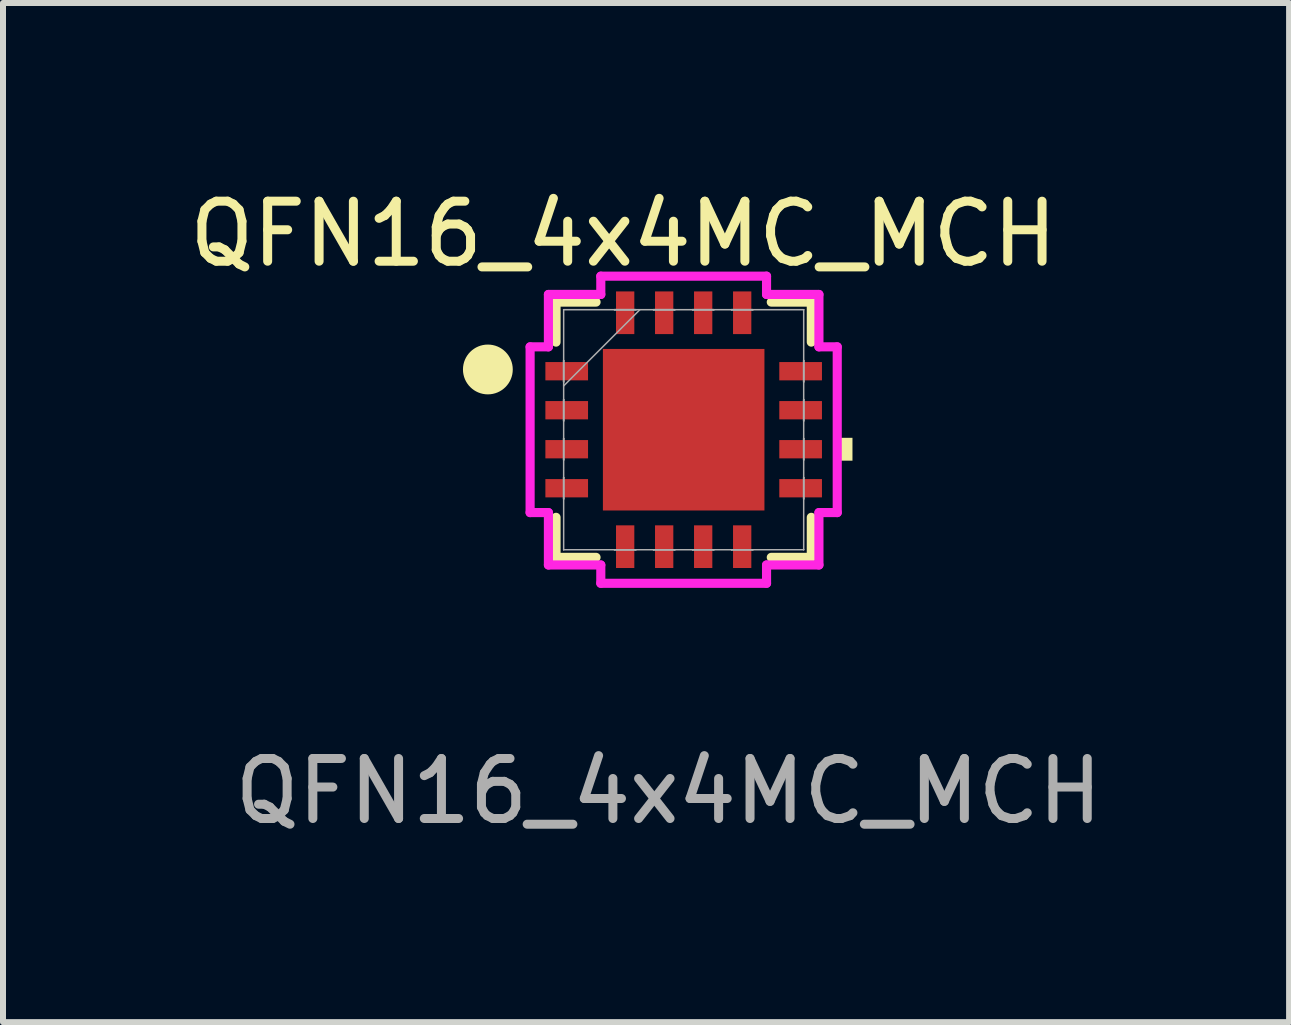
<source format=kicad_pcb>
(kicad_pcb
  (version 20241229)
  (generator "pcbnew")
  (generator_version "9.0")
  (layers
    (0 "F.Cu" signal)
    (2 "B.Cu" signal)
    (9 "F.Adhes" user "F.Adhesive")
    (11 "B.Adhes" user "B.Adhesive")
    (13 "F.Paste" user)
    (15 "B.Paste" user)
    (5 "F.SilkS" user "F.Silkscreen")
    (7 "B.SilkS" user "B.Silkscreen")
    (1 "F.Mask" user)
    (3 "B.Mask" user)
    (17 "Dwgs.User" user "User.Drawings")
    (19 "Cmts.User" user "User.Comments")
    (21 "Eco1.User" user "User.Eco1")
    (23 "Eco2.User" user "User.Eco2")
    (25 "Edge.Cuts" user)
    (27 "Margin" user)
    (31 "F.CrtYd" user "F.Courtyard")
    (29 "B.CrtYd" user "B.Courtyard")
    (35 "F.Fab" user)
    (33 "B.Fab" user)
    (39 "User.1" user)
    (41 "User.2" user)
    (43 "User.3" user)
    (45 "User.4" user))
  (footprint "QFN16_4x4MC_MCH"
    (layer "F.Cu")
    (at 8.343 4.111)
    (property "Reference" "QFN16_4x4MC_MCH" (at -1.004 -3.263 0) (unlocked yes) (layer "F.SilkS") (effects (font (size 1 1) (thickness 0.15))))
    (attr smd)
    (fp_line (start -2.127 -2.127) (end -2.127 -1.46) (stroke (width 0.152) (type solid)) (layer "F.SilkS"))
    (fp_line (start -2.127 1.46) (end -2.127 2.127) (stroke (width 0.152) (type solid)) (layer "F.SilkS"))
    (fp_line (start -2.127 2.127) (end -1.46 2.127) (stroke (width 0.152) (type solid)) (layer "F.SilkS"))
    (fp_line (start -1.46 -2.127) (end -2.127 -2.127) (stroke (width 0.152) (type solid)) (layer "F.SilkS"))
    (fp_line (start 1.46 2.127) (end 2.127 2.127) (stroke (width 0.152) (type solid)) (layer "F.SilkS"))
    (fp_line (start 2.127 -2.127) (end 1.46 -2.127) (stroke (width 0.152) (type solid)) (layer "F.SilkS"))
    (fp_line (start 2.127 -1.46) (end 2.127 -2.127) (stroke (width 0.152) (type solid)) (layer "F.SilkS"))
    (fp_line (start 2.127 2.127) (end 2.127 1.46) (stroke (width 0.152) (type solid)) (layer "F.SilkS"))
    (fp_circle (center -3.263 -1.004) (end -2.908 -1.004) (stroke (width 0.12) (type solid)) (fill yes) (layer "F.SilkS"))
    (fp_poly (pts (xy 2.813 0.135) (xy 2.813 0.516) (xy 2.559 0.516) (xy 2.559 0.135)) (stroke (width 0) (type solid)) (fill yes) (layer "F.SilkS"))
    (fp_poly (pts (xy -1.246 -1.246) (xy -1.246 -0.1) (xy -0.1 -0.1) (xy -0.1 -1.246)) (stroke (width 0) (type solid)) (fill yes) (layer "F.Paste"))
    (fp_poly (pts (xy -1.246 0.1) (xy -1.246 1.246) (xy -0.1 1.246) (xy -0.1 0.1)) (stroke (width 0) (type solid)) (fill yes) (layer "F.Paste"))
    (fp_poly (pts (xy 0.1 -1.246) (xy 0.1 -0.1) (xy 1.246 -0.1) (xy 1.246 -1.246)) (stroke (width 0) (type solid)) (fill yes) (layer "F.Paste"))
    (fp_poly (pts (xy 0.1 0.1) (xy 0.1 1.246) (xy 1.246 1.246) (xy 1.246 0.1)) (stroke (width 0) (type solid)) (fill yes) (layer "F.Paste"))
    (fp_line (start -2.559 -1.381) (end -2.254 -1.381) (stroke (width 0.152) (type solid)) (layer "F.CrtYd"))
    (fp_line (start -2.559 1.381) (end -2.559 -1.381) (stroke (width 0.152) (type solid)) (layer "F.CrtYd"))
    (fp_line (start -2.254 -2.254) (end -1.381 -2.254) (stroke (width 0.152) (type solid)) (layer "F.CrtYd"))
    (fp_line (start -2.254 -1.381) (end -2.254 -2.254) (stroke (width 0.152) (type solid)) (layer "F.CrtYd"))
    (fp_line (start -2.254 1.381) (end -2.559 1.381) (stroke (width 0.152) (type solid)) (layer "F.CrtYd"))
    (fp_line (start -2.254 2.254) (end -2.254 1.381) (stroke (width 0.152) (type solid)) (layer "F.CrtYd"))
    (fp_line (start -1.381 -2.559) (end 1.381 -2.559) (stroke (width 0.152) (type solid)) (layer "F.CrtYd"))
    (fp_line (start -1.381 -2.254) (end -1.381 -2.559) (stroke (width 0.152) (type solid)) (layer "F.CrtYd"))
    (fp_line (start -1.381 2.254) (end -2.254 2.254) (stroke (width 0.152) (type solid)) (layer "F.CrtYd"))
    (fp_line (start -1.381 2.559) (end -1.381 2.254) (stroke (width 0.152) (type solid)) (layer "F.CrtYd"))
    (fp_line (start 1.381 -2.559) (end 1.381 -2.254) (stroke (width 0.152) (type solid)) (layer "F.CrtYd"))
    (fp_line (start 1.381 -2.254) (end 2.254 -2.254) (stroke (width 0.152) (type solid)) (layer "F.CrtYd"))
    (fp_line (start 1.381 2.254) (end 1.381 2.559) (stroke (width 0.152) (type solid)) (layer "F.CrtYd"))
    (fp_line (start 1.381 2.559) (end -1.381 2.559) (stroke (width 0.152) (type solid)) (layer "F.CrtYd"))
    (fp_line (start 2.254 -2.254) (end 2.254 -1.381) (stroke (width 0.152) (type solid)) (layer "F.CrtYd"))
    (fp_line (start 2.254 -1.381) (end 2.559 -1.381) (stroke (width 0.152) (type solid)) (layer "F.CrtYd"))
    (fp_line (start 2.254 1.381) (end 2.254 2.254) (stroke (width 0.152) (type solid)) (layer "F.CrtYd"))
    (fp_line (start 2.254 2.254) (end 1.381 2.254) (stroke (width 0.152) (type solid)) (layer "F.CrtYd"))
    (fp_line (start 2.559 -1.381) (end 2.559 1.381) (stroke (width 0.152) (type solid)) (layer "F.CrtYd"))
    (fp_line (start 2.559 1.381) (end 2.254 1.381) (stroke (width 0.152) (type solid)) (layer "F.CrtYd"))
    (fp_line (start -2 -2) (end -2 -2) (stroke (width 0.025) (type solid)) (layer "F.Fab"))
    (fp_line (start -2 -2) (end -2 2) (stroke (width 0.025) (type solid)) (layer "F.Fab"))
    (fp_line (start -2 -1.153) (end -2 -1.153) (stroke (width 0.025) (type solid)) (layer "F.Fab"))
    (fp_line (start -2 -1.153) (end -2 -0.797) (stroke (width 0.025) (type solid)) (layer "F.Fab"))
    (fp_line (start -2 -0.797) (end -2 -1.153) (stroke (width 0.025) (type solid)) (layer "F.Fab"))
    (fp_line (start -2 -0.797) (end -2 -0.797) (stroke (width 0.025) (type solid)) (layer "F.Fab"))
    (fp_line (start -2 -0.73) (end -0.73 -2) (stroke (width 0.025) (type solid)) (layer "F.Fab"))
    (fp_line (start -2 -0.503) (end -2 -0.503) (stroke (width 0.025) (type solid)) (layer "F.Fab"))
    (fp_line (start -2 -0.503) (end -2 -0.147) (stroke (width 0.025) (type solid)) (layer "F.Fab"))
    (fp_line (start -2 -0.147) (end -2 -0.503) (stroke (width 0.025) (type solid)) (layer "F.Fab"))
    (fp_line (start -2 -0.147) (end -2 -0.147) (stroke (width 0.025) (type solid)) (layer "F.Fab"))
    (fp_line (start -2 0.147) (end -2 0.147) (stroke (width 0.025) (type solid)) (layer "F.Fab"))
    (fp_line (start -2 0.147) (end -2 0.503) (stroke (width 0.025) (type solid)) (layer "F.Fab"))
    (fp_line (start -2 0.503) (end -2 0.147) (stroke (width 0.025) (type solid)) (layer "F.Fab"))
    (fp_line (start -2 0.503) (end -2 0.503) (stroke (width 0.025) (type solid)) (layer "F.Fab"))
    (fp_line (start -2 0.797) (end -2 0.797) (stroke (width 0.025) (type solid)) (layer "F.Fab"))
    (fp_line (start -2 0.797) (end -2 1.153) (stroke (width 0.025) (type solid)) (layer "F.Fab"))
    (fp_line (start -2 1.153) (end -2 0.797) (stroke (width 0.025) (type solid)) (layer "F.Fab"))
    (fp_line (start -2 1.153) (end -2 1.153) (stroke (width 0.025) (type solid)) (layer "F.Fab"))
    (fp_line (start -2 2) (end -2 2) (stroke (width 0.025) (type solid)) (layer "F.Fab"))
    (fp_line (start -2 2) (end 2 2) (stroke (width 0.025) (type solid)) (layer "F.Fab"))
    (fp_line (start -1.153 -2) (end -1.153 -2) (stroke (width 0.025) (type solid)) (layer "F.Fab"))
    (fp_line (start -1.153 -2) (end -0.797 -2) (stroke (width 0.025) (type solid)) (layer "F.Fab"))
    (fp_line (start -1.153 2) (end -1.153 2) (stroke (width 0.025) (type solid)) (layer "F.Fab"))
    (fp_line (start -1.153 2) (end -0.797 2) (stroke (width 0.025) (type solid)) (layer "F.Fab"))
    (fp_line (start -0.797 -2) (end -1.153 -2) (stroke (width 0.025) (type solid)) (layer "F.Fab"))
    (fp_line (start -0.797 -2) (end -0.797 -2) (stroke (width 0.025) (type solid)) (layer "F.Fab"))
    (fp_line (start -0.797 2) (end -1.153 2) (stroke (width 0.025) (type solid)) (layer "F.Fab"))
    (fp_line (start -0.797 2) (end -0.797 2) (stroke (width 0.025) (type solid)) (layer "F.Fab"))
    (fp_line (start -0.503 -2) (end -0.503 -2) (stroke (width 0.025) (type solid)) (layer "F.Fab"))
    (fp_line (start -0.503 -2) (end -0.147 -2) (stroke (width 0.025) (type solid)) (layer "F.Fab"))
    (fp_line (start -0.503 2) (end -0.503 2) (stroke (width 0.025) (type solid)) (layer "F.Fab"))
    (fp_line (start -0.503 2) (end -0.147 2) (stroke (width 0.025) (type solid)) (layer "F.Fab"))
    (fp_line (start -0.147 -2) (end -0.503 -2) (stroke (width 0.025) (type solid)) (layer "F.Fab"))
    (fp_line (start -0.147 -2) (end -0.147 -2) (stroke (width 0.025) (type solid)) (layer "F.Fab"))
    (fp_line (start -0.147 2) (end -0.503 2) (stroke (width 0.025) (type solid)) (layer "F.Fab"))
    (fp_line (start -0.147 2) (end -0.147 2) (stroke (width 0.025) (type solid)) (layer "F.Fab"))
    (fp_line (start 0.147 -2) (end 0.147 -2) (stroke (width 0.025) (type solid)) (layer "F.Fab"))
    (fp_line (start 0.147 -2) (end 0.503 -2) (stroke (width 0.025) (type solid)) (layer "F.Fab"))
    (fp_line (start 0.147 2) (end 0.147 2) (stroke (width 0.025) (type solid)) (layer "F.Fab"))
    (fp_line (start 0.147 2) (end 0.503 2) (stroke (width 0.025) (type solid)) (layer "F.Fab"))
    (fp_line (start 0.503 -2) (end 0.147 -2) (stroke (width 0.025) (type solid)) (layer "F.Fab"))
    (fp_line (start 0.503 -2) (end 0.503 -2) (stroke (width 0.025) (type solid)) (layer "F.Fab"))
    (fp_line (start 0.503 2) (end 0.147 2) (stroke (width 0.025) (type solid)) (layer "F.Fab"))
    (fp_line (start 0.503 2) (end 0.503 2) (stroke (width 0.025) (type solid)) (layer "F.Fab"))
    (fp_line (start 0.797 -2) (end 0.797 -2) (stroke (width 0.025) (type solid)) (layer "F.Fab"))
    (fp_line (start 0.797 -2) (end 1.153 -2) (stroke (width 0.025) (type solid)) (layer "F.Fab"))
    (fp_line (start 0.797 2) (end 0.797 2) (stroke (width 0.025) (type solid)) (layer "F.Fab"))
    (fp_line (start 0.797 2) (end 1.153 2) (stroke (width 0.025) (type solid)) (layer "F.Fab"))
    (fp_line (start 1.153 -2) (end 0.797 -2) (stroke (width 0.025) (type solid)) (layer "F.Fab"))
    (fp_line (start 1.153 -2) (end 1.153 -2) (stroke (width 0.025) (type solid)) (layer "F.Fab"))
    (fp_line (start 1.153 2) (end 0.797 2) (stroke (width 0.025) (type solid)) (layer "F.Fab"))
    (fp_line (start 1.153 2) (end 1.153 2) (stroke (width 0.025) (type solid)) (layer "F.Fab"))
    (fp_line (start 2 -2) (end -2 -2) (stroke (width 0.025) (type solid)) (layer "F.Fab"))
    (fp_line (start 2 -2) (end 2 -2) (stroke (width 0.025) (type solid)) (layer "F.Fab"))
    (fp_line (start 2 -1.153) (end 2 -1.153) (stroke (width 0.025) (type solid)) (layer "F.Fab"))
    (fp_line (start 2 -1.153) (end 2 -0.797) (stroke (width 0.025) (type solid)) (layer "F.Fab"))
    (fp_line (start 2 -0.797) (end 2 -1.153) (stroke (width 0.025) (type solid)) (layer "F.Fab"))
    (fp_line (start 2 -0.797) (end 2 -0.797) (stroke (width 0.025) (type solid)) (layer "F.Fab"))
    (fp_line (start 2 -0.503) (end 2 -0.503) (stroke (width 0.025) (type solid)) (layer "F.Fab"))
    (fp_line (start 2 -0.503) (end 2 -0.147) (stroke (width 0.025) (type solid)) (layer "F.Fab"))
    (fp_line (start 2 -0.147) (end 2 -0.503) (stroke (width 0.025) (type solid)) (layer "F.Fab"))
    (fp_line (start 2 -0.147) (end 2 -0.147) (stroke (width 0.025) (type solid)) (layer "F.Fab"))
    (fp_line (start 2 0.147) (end 2 0.147) (stroke (width 0.025) (type solid)) (layer "F.Fab"))
    (fp_line (start 2 0.147) (end 2 0.503) (stroke (width 0.025) (type solid)) (layer "F.Fab"))
    (fp_line (start 2 0.503) (end 2 0.147) (stroke (width 0.025) (type solid)) (layer "F.Fab"))
    (fp_line (start 2 0.503) (end 2 0.503) (stroke (width 0.025) (type solid)) (layer "F.Fab"))
    (fp_line (start 2 0.797) (end 2 0.797) (stroke (width 0.025) (type solid)) (layer "F.Fab"))
    (fp_line (start 2 0.797) (end 2 1.153) (stroke (width 0.025) (type solid)) (layer "F.Fab"))
    (fp_line (start 2 1.153) (end 2 0.797) (stroke (width 0.025) (type solid)) (layer "F.Fab"))
    (fp_line (start 2 1.153) (end 2 1.153) (stroke (width 0.025) (type solid)) (layer "F.Fab"))
    (fp_line (start 2 2) (end 2 -2) (stroke (width 0.025) (type solid)) (layer "F.Fab"))
    (fp_line (start 2 2) (end 2 2) (stroke (width 0.025) (type solid)) (layer "F.Fab"))
    (fp_text user "${REFERENCE}" (at -0.251 6.024 0) (unlocked yes) (layer "F.Fab") (effects (font (size 1 1) (thickness 0.15))))
    (pad "1" smd rect (at -1.949 -0.975 90) (size 0.305 0.711) (layers "F.Cu" "F.Mask" "F.Paste"))
    (pad "2" smd rect (at -1.949 -0.325 90) (size 0.305 0.711) (layers "F.Cu" "F.Mask" "F.Paste"))
    (pad "3" smd rect (at -1.949 0.325 90) (size 0.305 0.711) (layers "F.Cu" "F.Mask" "F.Paste"))
    (pad "4" smd rect (at -1.949 0.975 90) (size 0.305 0.711) (layers "F.Cu" "F.Mask" "F.Paste"))
    (pad "5" smd rect (at -0.975 1.949) (size 0.305 0.711) (layers "F.Cu" "F.Mask" "F.Paste"))
    (pad "6" smd rect (at -0.325 1.949) (size 0.305 0.711) (layers "F.Cu" "F.Mask" "F.Paste"))
    (pad "7" smd rect (at 0.325 1.949) (size 0.305 0.711) (layers "F.Cu" "F.Mask" "F.Paste"))
    (pad "8" smd rect (at 0.975 1.949) (size 0.305 0.711) (layers "F.Cu" "F.Mask" "F.Paste"))
    (pad "9" smd rect (at 1.949 0.975 90) (size 0.305 0.711) (layers "F.Cu" "F.Mask" "F.Paste"))
    (pad "10" smd rect (at 1.949 0.325 90) (size 0.305 0.711) (layers "F.Cu" "F.Mask" "F.Paste"))
    (pad "11" smd rect (at 1.949 -0.325 90) (size 0.305 0.711) (layers "F.Cu" "F.Mask" "F.Paste"))
    (pad "12" smd rect (at 1.949 -0.975 90) (size 0.305 0.711) (layers "F.Cu" "F.Mask" "F.Paste"))
    (pad "13" smd rect (at 0.975 -1.949) (size 0.305 0.711) (layers "F.Cu" "F.Mask" "F.Paste"))
    (pad "14" smd rect (at 0.325 -1.949) (size 0.305 0.711) (layers "F.Cu" "F.Mask" "F.Paste"))
    (pad "15" smd rect (at -0.325 -1.949) (size 0.305 0.711) (layers "F.Cu" "F.Mask" "F.Paste"))
    (pad "16" smd rect (at -0.975 -1.949) (size 0.305 0.711) (layers "F.Cu" "F.Mask" "F.Paste"))
    (pad "17" smd rect (at 0 0) (size 2.692 2.692) (layers "F.Cu" "F.Mask")))
  (gr_rect
    (start -3 -3)
    (end 18.432 13.983)
    (stroke (width 0.1) (type default))
    (fill no)
    (layer "Edge.Cuts")))
</source>
